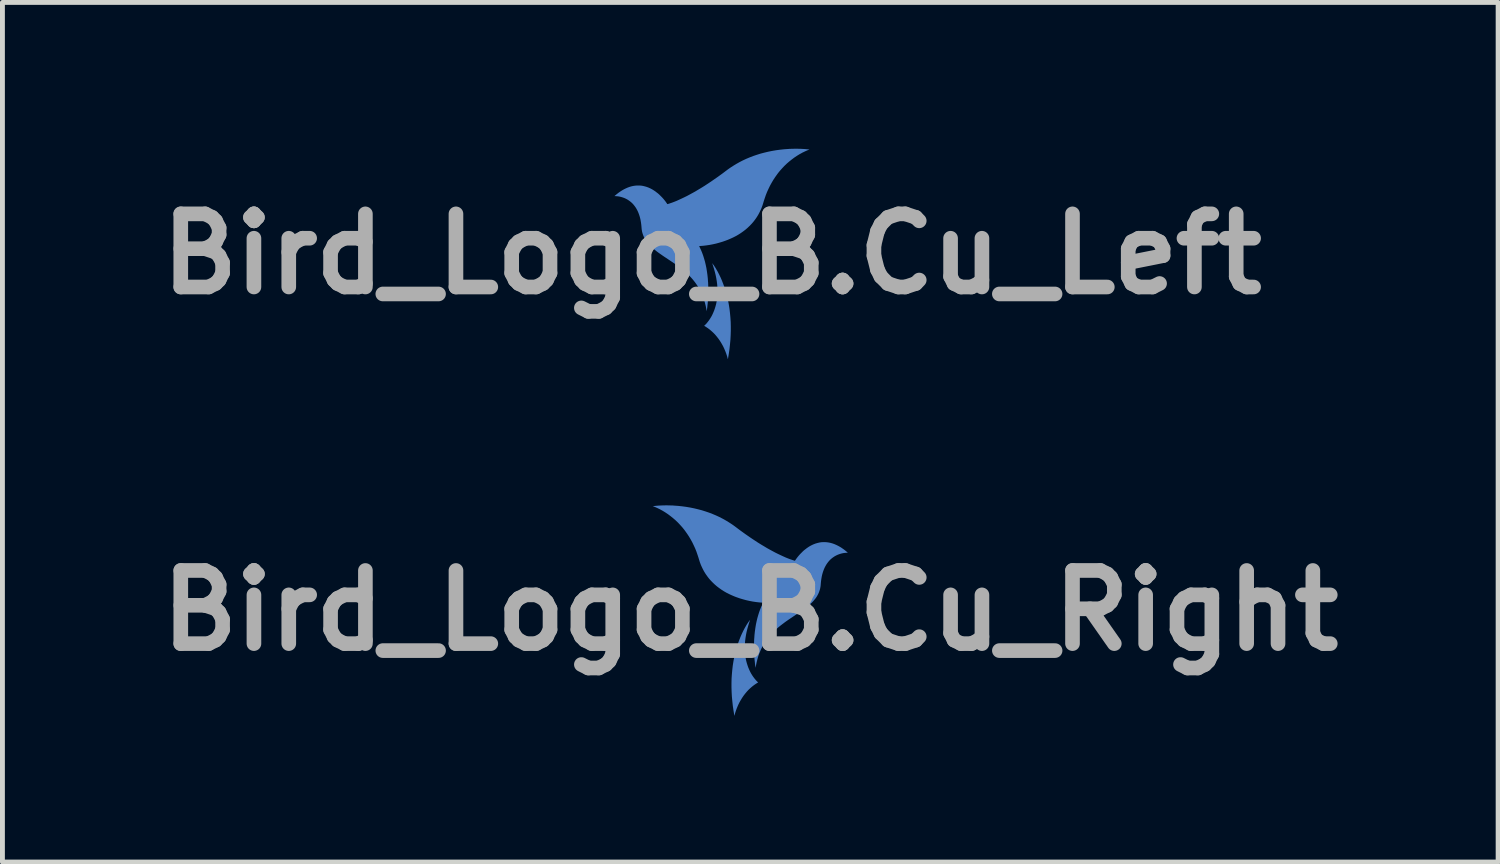
<source format=kicad_pcb>
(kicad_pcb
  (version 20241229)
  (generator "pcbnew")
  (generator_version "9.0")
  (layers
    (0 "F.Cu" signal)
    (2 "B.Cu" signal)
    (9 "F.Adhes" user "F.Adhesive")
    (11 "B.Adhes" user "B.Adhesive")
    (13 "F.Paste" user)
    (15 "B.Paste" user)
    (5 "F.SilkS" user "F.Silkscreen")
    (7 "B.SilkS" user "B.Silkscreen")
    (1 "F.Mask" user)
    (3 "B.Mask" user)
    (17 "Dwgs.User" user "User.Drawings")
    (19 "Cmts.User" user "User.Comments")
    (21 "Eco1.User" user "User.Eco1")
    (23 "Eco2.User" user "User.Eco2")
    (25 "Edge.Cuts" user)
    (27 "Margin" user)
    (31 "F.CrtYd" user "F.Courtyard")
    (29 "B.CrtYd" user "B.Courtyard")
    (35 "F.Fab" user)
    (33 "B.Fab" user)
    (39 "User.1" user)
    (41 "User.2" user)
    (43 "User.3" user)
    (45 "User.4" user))
  (footprint "Bird_Logo_B.Cu_Left"
    (layer "F.Cu")
    (at 11.55 2.157)
    (property "Reference" "Bird_Logo_B.Cu_Left" (at 0 0 0) (layer "F.Fab") (effects (font (size 1.5 1.5) (thickness 0.3))))
    (attr board_only exclude_from_pos_files exclude_from_bom)
    (fp_poly (pts (xy 0.005 0.192) (xy 0.006 0.195) (xy 0.008 0.201) (xy 0.011 0.209) (xy 0.014 0.218) (xy 0.017 0.229) (xy 0.02 0.237) (xy 0.041 0.304) (xy 0.059 0.369) (xy 0.075 0.433) (xy 0.088 0.497) (xy 0.098 0.559) (xy 0.106 0.621) (xy 0.111 0.681) (xy 0.114 0.741) (xy 0.113 0.799) (xy 0.11 0.857) (xy 0.105 0.913) (xy 0.097 0.969) (xy 0.086 1.023) (xy 0.073 1.073) (xy 0.059 1.118) (xy 0.044 1.162) (xy 0.026 1.205) (xy 0.007 1.247) (xy -0.014 1.287) (xy -0.037 1.325) (xy -0.061 1.361) (xy -0.087 1.395) (xy -0.113 1.427) (xy -0.141 1.456) (xy -0.151 1.465) (xy -0.161 1.474) (xy -0.147 1.482) (xy -0.138 1.487) (xy -0.128 1.494) (xy -0.117 1.501) (xy -0.106 1.508) (xy -0.095 1.516) (xy -0.084 1.523) (xy -0.076 1.529) (xy -0.036 1.56) (xy 0.002 1.593) (xy 0.039 1.628) (xy 0.074 1.666) (xy 0.107 1.706) (xy 0.139 1.748) (xy 0.169 1.792) (xy 0.197 1.838) (xy 0.224 1.886) (xy 0.248 1.935) (xy 0.27 1.987) (xy 0.276 2.001) (xy 0.283 2.02) (xy 0.291 2.041) (xy 0.298 2.062) (xy 0.305 2.083) (xy 0.311 2.102) (xy 0.316 2.121) (xy 0.32 2.137) (xy 0.321 2.141) (xy 0.322 2.147) (xy 0.324 2.152) (xy 0.325 2.156) (xy 0.325 2.157) (xy 0.326 2.156) (xy 0.327 2.153) (xy 0.328 2.149) (xy 0.329 2.145) (xy 0.345 2.048) (xy 0.359 1.952) (xy 0.369 1.857) (xy 0.378 1.763) (xy 0.383 1.67) (xy 0.386 1.578) (xy 0.386 1.487) (xy 0.384 1.396) (xy 0.378 1.307) (xy 0.37 1.219) (xy 0.36 1.132) (xy 0.354 1.092) (xy 0.342 1.019) (xy 0.327 0.948) (xy 0.311 0.877) (xy 0.293 0.807) (xy 0.273 0.738) (xy 0.251 0.671) (xy 0.227 0.606) (xy 0.202 0.542) (xy 0.175 0.48) (xy 0.146 0.42) (xy 0.116 0.362) (xy 0.084 0.307) (xy 0.083 0.304) (xy 0.077 0.294) (xy 0.07 0.283) (xy 0.062 0.271) (xy 0.055 0.26) (xy 0.05 0.253) (xy 0.045 0.245) (xy 0.039 0.236) (xy 0.033 0.228) (xy 0.027 0.22) (xy 0.021 0.212) (xy 0.016 0.205) (xy 0.012 0.199) (xy 0.008 0.194) (xy 0.006 0.191) (xy 0.005 0.19)) (stroke (width 0) (type solid)) (fill yes) (layer "B.Cu"))
    (fp_poly (pts (xy 1.661 -2.156) (xy 1.622 -2.155) (xy 1.584 -2.154) (xy 1.564 -2.152) (xy 1.479 -2.146) (xy 1.396 -2.137) (xy 1.314 -2.126) (xy 1.232 -2.112) (xy 1.153 -2.096) (xy 1.074 -2.077) (xy 0.997 -2.057) (xy 0.921 -2.033) (xy 0.847 -2.008) (xy 0.774 -1.98) (xy 0.703 -1.95) (xy 0.634 -1.918) (xy 0.566 -1.883) (xy 0.5 -1.846) (xy 0.436 -1.807) (xy 0.391 -1.778) (xy 0.382 -1.772) (xy 0.373 -1.766) (xy 0.364 -1.76) (xy 0.357 -1.755) (xy 0.349 -1.749) (xy 0.341 -1.744) (xy 0.332 -1.737) (xy 0.323 -1.731) (xy 0.313 -1.723) (xy 0.302 -1.715) (xy 0.289 -1.705) (xy 0.274 -1.694) (xy 0.265 -1.687) (xy 0.209 -1.645) (xy 0.155 -1.606) (xy 0.102 -1.568) (xy 0.05 -1.532) (xy -0.000326 -1.497) (xy -0.051 -1.463) (xy -0.101 -1.43) (xy -0.151 -1.397) (xy -0.201 -1.366) (xy -0.227 -1.35) (xy -0.286 -1.315) (xy -0.344 -1.28) (xy -0.402 -1.248) (xy -0.459 -1.217) (xy -0.515 -1.187) (xy -0.57 -1.16) (xy -0.625 -1.134) (xy -0.677 -1.11) (xy -0.728 -1.087) (xy -0.778 -1.067) (xy -0.826 -1.049) (xy -0.83 -1.048) (xy -0.842 -1.044) (xy -0.854 -1.04) (xy -0.865 -1.036) (xy -0.876 -1.032) (xy -0.887 -1.029) (xy -0.896 -1.026) (xy -0.904 -1.024) (xy -0.91 -1.022) (xy -0.914 -1.022) (xy -0.916 -1.022) (xy -0.917 -1.023) (xy -0.919 -1.026) (xy -0.922 -1.031) (xy -0.926 -1.037) (xy -0.928 -1.04) (xy -0.949 -1.07) (xy -0.972 -1.1) (xy -0.997 -1.13) (xy -1.024 -1.16) (xy -1.052 -1.188) (xy -1.08 -1.216) (xy -1.101 -1.235) (xy -1.12 -1.25) (xy -1.14 -1.265) (xy -1.16 -1.281) (xy -1.181 -1.295) (xy -1.202 -1.309) (xy -1.222 -1.321) (xy -1.227 -1.324) (xy -1.265 -1.344) (xy -1.303 -1.361) (xy -1.341 -1.375) (xy -1.38 -1.386) (xy -1.418 -1.395) (xy -1.457 -1.401) (xy -1.496 -1.403) (xy -1.535 -1.403) (xy -1.574 -1.4) (xy -1.614 -1.394) (xy -1.647 -1.387) (xy -1.686 -1.376) (xy -1.725 -1.362) (xy -1.764 -1.345) (xy -1.803 -1.326) (xy -1.842 -1.304) (xy -1.881 -1.279) (xy -1.921 -1.251) (xy -1.96 -1.22) (xy -1.979 -1.204) (xy -2 -1.186) (xy -1.977 -1.185) (xy -1.938 -1.182) (xy -1.901 -1.177) (xy -1.863 -1.168) (xy -1.827 -1.157) (xy -1.792 -1.144) (xy -1.758 -1.128) (xy -1.726 -1.11) (xy -1.695 -1.089) (xy -1.665 -1.066) (xy -1.637 -1.041) (xy -1.611 -1.013) (xy -1.587 -0.983) (xy -1.564 -0.951) (xy -1.544 -0.917) (xy -1.525 -0.881) (xy -1.508 -0.842) (xy -1.494 -0.804) (xy -1.484 -0.773) (xy -1.475 -0.741) (xy -1.467 -0.708) (xy -1.461 -0.674) (xy -1.455 -0.638) (xy -1.45 -0.601) (xy -1.446 -0.56) (xy -1.445 -0.546) (xy -1.443 -0.522) (xy -1.441 -0.5) (xy -1.437 -0.479) (xy -1.434 -0.459) (xy -1.429 -0.44) (xy -1.426 -0.428) (xy -1.416 -0.398) (xy -1.405 -0.368) (xy -1.392 -0.339) (xy -1.377 -0.311) (xy -1.36 -0.282) (xy -1.341 -0.254) (xy -1.319 -0.227) (xy -1.296 -0.199) (xy -1.27 -0.171) (xy -1.242 -0.144) (xy -1.211 -0.116) (xy -1.178 -0.088) (xy -1.142 -0.059) (xy -1.104 -0.03) (xy -1.088 -0.019) (xy -1.079 -0.012) (xy -1.068 -0.005) (xy -1.057 0.003) (xy -1.044 0.012) (xy -1.031 0.021) (xy -1.017 0.031) (xy -1.001 0.042) (xy -0.983 0.054) (xy -0.964 0.067) (xy -0.942 0.081) (xy -0.919 0.096) (xy -0.901 0.109) (xy -0.876 0.125) (xy -0.853 0.141) (xy -0.832 0.155) (xy -0.812 0.168) (xy -0.795 0.18) (xy -0.778 0.191) (xy -0.763 0.202) (xy -0.749 0.212) (xy -0.735 0.221) (xy -0.722 0.231) (xy -0.709 0.24) (xy -0.696 0.25) (xy -0.683 0.26) (xy -0.672 0.268) (xy -0.622 0.306) (xy -0.574 0.345) (xy -0.53 0.384) (xy -0.488 0.424) (xy -0.448 0.464) (xy -0.411 0.504) (xy -0.377 0.545) (xy -0.344 0.587) (xy -0.314 0.63) (xy -0.285 0.673) (xy -0.259 0.718) (xy -0.249 0.736) (xy -0.223 0.787) (xy -0.2 0.84) (xy -0.178 0.894) (xy -0.159 0.95) (xy -0.143 1.008) (xy -0.128 1.068) (xy -0.116 1.129) (xy -0.114 1.143) (xy -0.108 1.175) (xy -0.107 1.165) (xy -0.104 1.148) (xy -0.101 1.128) (xy -0.098 1.106) (xy -0.095 1.083) (xy -0.093 1.058) (xy -0.09 1.032) (xy -0.087 1.005) (xy -0.085 0.978) (xy -0.083 0.951) (xy -0.081 0.927) (xy -0.079 0.884) (xy -0.077 0.84) (xy -0.076 0.794) (xy -0.076 0.749) (xy -0.076 0.704) (xy -0.077 0.659) (xy -0.078 0.617) (xy -0.08 0.576) (xy -0.081 0.573) (xy -0.086 0.499) (xy -0.094 0.426) (xy -0.104 0.356) (xy -0.115 0.287) (xy -0.129 0.221) (xy -0.144 0.157) (xy -0.162 0.095) (xy -0.181 0.034) (xy -0.202 -0.024) (xy -0.225 -0.08) (xy -0.248 -0.128) (xy -0.252 -0.137) (xy -0.256 -0.145) (xy -0.259 -0.151) (xy -0.261 -0.156) (xy -0.263 -0.16) (xy -0.263 -0.161) (xy -0.262 -0.161) (xy -0.258 -0.161) (xy -0.253 -0.161) (xy -0.248 -0.162) (xy -0.181 -0.167) (xy -0.114 -0.175) (xy -0.047 -0.185) (xy 0.02 -0.198) (xy 0.087 -0.213) (xy 0.152 -0.231) (xy 0.216 -0.25) (xy 0.279 -0.272) (xy 0.319 -0.287) (xy 0.378 -0.312) (xy 0.435 -0.338) (xy 0.49 -0.366) (xy 0.542 -0.396) (xy 0.592 -0.428) (xy 0.64 -0.462) (xy 0.686 -0.497) (xy 0.729 -0.534) (xy 0.77 -0.573) (xy 0.809 -0.613) (xy 0.846 -0.655) (xy 0.88 -0.699) (xy 0.912 -0.744) (xy 0.913 -0.746) (xy 0.925 -0.764) (xy 0.935 -0.781) (xy 0.945 -0.797) (xy 0.954 -0.813) (xy 0.963 -0.83) (xy 0.973 -0.849) (xy 0.976 -0.855) (xy 0.987 -0.878) (xy 0.997 -0.899) (xy 1.007 -0.921) (xy 1.016 -0.942) (xy 1.024 -0.964) (xy 1.033 -0.987) (xy 1.041 -1.012) (xy 1.049 -1.038) (xy 1.058 -1.067) (xy 1.06 -1.075) (xy 1.082 -1.142) (xy 1.105 -1.209) (xy 1.131 -1.274) (xy 1.16 -1.337) (xy 1.19 -1.399) (xy 1.223 -1.459) (xy 1.258 -1.518) (xy 1.295 -1.574) (xy 1.334 -1.629) (xy 1.353 -1.655) (xy 1.395 -1.707) (xy 1.44 -1.757) (xy 1.485 -1.805) (xy 1.533 -1.851) (xy 1.583 -1.894) (xy 1.634 -1.935) (xy 1.686 -1.974) (xy 1.741 -2.011) (xy 1.796 -2.045) (xy 1.813 -2.054) (xy 1.835 -2.066) (xy 1.858 -2.079) (xy 1.882 -2.09) (xy 1.906 -2.102) (xy 1.929 -2.112) (xy 1.951 -2.122) (xy 1.972 -2.13) (xy 1.981 -2.133) (xy 1.988 -2.136) (xy 1.993 -2.138) (xy 1.997 -2.139) (xy 2 -2.14) (xy 2 -2.14) (xy 1.998 -2.141) (xy 1.994 -2.141) (xy 1.988 -2.142) (xy 1.98 -2.143) (xy 1.971 -2.144) (xy 1.961 -2.145) (xy 1.95 -2.146) (xy 1.94 -2.147) (xy 1.932 -2.148) (xy 1.897 -2.151) (xy 1.86 -2.153) (xy 1.822 -2.155) (xy 1.782 -2.156) (xy 1.741 -2.157) (xy 1.701 -2.157)) (stroke (width 0) (type solid)) (fill yes) (layer "B.Cu")))
  (footprint "Bird_Logo_B.Cu_Right"
    (layer "F.Cu")
    (at 12.336 9.47)
    (property "Reference" "Bird_Logo_B.Cu_Right" (at 0 0 0) (layer "F.Fab") (effects (font (size 1.5 1.5) (thickness 0.3))))
    (attr board_only exclude_from_pos_files exclude_from_bom)
    (fp_poly (pts (xy -0.005 0.192) (xy -0.006 0.195) (xy -0.008 0.201) (xy -0.011 0.209) (xy -0.014 0.218) (xy -0.017 0.229) (xy -0.02 0.237) (xy -0.041 0.304) (xy -0.059 0.369) (xy -0.075 0.433) (xy -0.088 0.497) (xy -0.098 0.559) (xy -0.106 0.621) (xy -0.111 0.681) (xy -0.114 0.741) (xy -0.113 0.799) (xy -0.11 0.857) (xy -0.105 0.913) (xy -0.097 0.969) (xy -0.086 1.023) (xy -0.073 1.073) (xy -0.059 1.118) (xy -0.044 1.162) (xy -0.026 1.205) (xy -0.007 1.247) (xy 0.014 1.287) (xy 0.037 1.325) (xy 0.061 1.361) (xy 0.087 1.395) (xy 0.113 1.427) (xy 0.141 1.456) (xy 0.151 1.465) (xy 0.161 1.474) (xy 0.147 1.482) (xy 0.138 1.487) (xy 0.128 1.494) (xy 0.117 1.501) (xy 0.106 1.508) (xy 0.095 1.516) (xy 0.084 1.523) (xy 0.076 1.529) (xy 0.036 1.56) (xy -0.002 1.593) (xy -0.039 1.628) (xy -0.074 1.666) (xy -0.107 1.706) (xy -0.139 1.748) (xy -0.169 1.792) (xy -0.197 1.838) (xy -0.224 1.886) (xy -0.248 1.935) (xy -0.27 1.987) (xy -0.276 2.001) (xy -0.283 2.02) (xy -0.291 2.041) (xy -0.298 2.062) (xy -0.305 2.083) (xy -0.311 2.102) (xy -0.316 2.121) (xy -0.32 2.137) (xy -0.321 2.141) (xy -0.322 2.147) (xy -0.324 2.152) (xy -0.325 2.156) (xy -0.325 2.157) (xy -0.326 2.156) (xy -0.327 2.153) (xy -0.328 2.149) (xy -0.329 2.145) (xy -0.345 2.048) (xy -0.359 1.952) (xy -0.369 1.857) (xy -0.378 1.763) (xy -0.383 1.67) (xy -0.386 1.578) (xy -0.386 1.487) (xy -0.384 1.396) (xy -0.378 1.307) (xy -0.37 1.219) (xy -0.36 1.132) (xy -0.354 1.092) (xy -0.342 1.019) (xy -0.327 0.948) (xy -0.311 0.877) (xy -0.293 0.807) (xy -0.273 0.738) (xy -0.251 0.671) (xy -0.227 0.606) (xy -0.202 0.542) (xy -0.175 0.48) (xy -0.146 0.42) (xy -0.116 0.362) (xy -0.084 0.307) (xy -0.083 0.304) (xy -0.077 0.294) (xy -0.07 0.283) (xy -0.062 0.271) (xy -0.055 0.26) (xy -0.05 0.253) (xy -0.045 0.245) (xy -0.039 0.236) (xy -0.033 0.228) (xy -0.027 0.22) (xy -0.021 0.212) (xy -0.016 0.205) (xy -0.012 0.199) (xy -0.008 0.194) (xy -0.006 0.191) (xy -0.005 0.19)) (stroke (width 0) (type solid)) (fill yes) (layer "B.Cu"))
    (fp_poly (pts (xy -1.661 -2.156) (xy -1.622 -2.155) (xy -1.584 -2.154) (xy -1.564 -2.152) (xy -1.479 -2.146) (xy -1.396 -2.137) (xy -1.314 -2.126) (xy -1.232 -2.112) (xy -1.153 -2.096) (xy -1.074 -2.077) (xy -0.997 -2.057) (xy -0.921 -2.033) (xy -0.847 -2.008) (xy -0.774 -1.98) (xy -0.703 -1.95) (xy -0.634 -1.918) (xy -0.566 -1.883) (xy -0.5 -1.846) (xy -0.436 -1.807) (xy -0.391 -1.778) (xy -0.382 -1.772) (xy -0.373 -1.766) (xy -0.364 -1.76) (xy -0.357 -1.755) (xy -0.349 -1.749) (xy -0.341 -1.744) (xy -0.332 -1.737) (xy -0.323 -1.731) (xy -0.313 -1.723) (xy -0.302 -1.715) (xy -0.289 -1.705) (xy -0.274 -1.694) (xy -0.265 -1.687) (xy -0.209 -1.645) (xy -0.155 -1.606) (xy -0.102 -1.568) (xy -0.05 -1.532) (xy 0.000326 -1.497) (xy 0.051 -1.463) (xy 0.101 -1.43) (xy 0.151 -1.397) (xy 0.201 -1.366) (xy 0.227 -1.35) (xy 0.286 -1.315) (xy 0.344 -1.28) (xy 0.402 -1.248) (xy 0.459 -1.217) (xy 0.515 -1.187) (xy 0.57 -1.16) (xy 0.625 -1.134) (xy 0.677 -1.11) (xy 0.728 -1.087) (xy 0.778 -1.067) (xy 0.826 -1.049) (xy 0.83 -1.048) (xy 0.842 -1.044) (xy 0.854 -1.04) (xy 0.865 -1.036) (xy 0.876 -1.032) (xy 0.887 -1.029) (xy 0.896 -1.026) (xy 0.904 -1.024) (xy 0.91 -1.022) (xy 0.914 -1.022) (xy 0.916 -1.022) (xy 0.917 -1.023) (xy 0.919 -1.026) (xy 0.922 -1.031) (xy 0.926 -1.037) (xy 0.928 -1.04) (xy 0.949 -1.07) (xy 0.972 -1.1) (xy 0.997 -1.13) (xy 1.024 -1.16) (xy 1.052 -1.188) (xy 1.08 -1.216) (xy 1.101 -1.235) (xy 1.12 -1.25) (xy 1.14 -1.265) (xy 1.16 -1.281) (xy 1.181 -1.295) (xy 1.202 -1.309) (xy 1.222 -1.321) (xy 1.227 -1.324) (xy 1.265 -1.344) (xy 1.303 -1.361) (xy 1.341 -1.375) (xy 1.38 -1.386) (xy 1.418 -1.395) (xy 1.457 -1.401) (xy 1.496 -1.403) (xy 1.535 -1.403) (xy 1.574 -1.4) (xy 1.614 -1.394) (xy 1.647 -1.387) (xy 1.686 -1.376) (xy 1.725 -1.362) (xy 1.764 -1.345) (xy 1.803 -1.326) (xy 1.842 -1.304) (xy 1.881 -1.279) (xy 1.921 -1.251) (xy 1.96 -1.22) (xy 1.979 -1.204) (xy 2 -1.186) (xy 1.977 -1.185) (xy 1.938 -1.182) (xy 1.901 -1.177) (xy 1.863 -1.168) (xy 1.827 -1.157) (xy 1.792 -1.144) (xy 1.758 -1.128) (xy 1.726 -1.11) (xy 1.695 -1.089) (xy 1.665 -1.066) (xy 1.637 -1.041) (xy 1.611 -1.013) (xy 1.587 -0.983) (xy 1.564 -0.951) (xy 1.544 -0.917) (xy 1.525 -0.881) (xy 1.508 -0.842) (xy 1.494 -0.804) (xy 1.484 -0.773) (xy 1.475 -0.741) (xy 1.467 -0.708) (xy 1.461 -0.674) (xy 1.455 -0.638) (xy 1.45 -0.601) (xy 1.446 -0.56) (xy 1.445 -0.546) (xy 1.443 -0.522) (xy 1.441 -0.5) (xy 1.437 -0.479) (xy 1.434 -0.459) (xy 1.429 -0.44) (xy 1.426 -0.428) (xy 1.416 -0.398) (xy 1.405 -0.368) (xy 1.392 -0.339) (xy 1.377 -0.311) (xy 1.36 -0.282) (xy 1.341 -0.254) (xy 1.319 -0.227) (xy 1.296 -0.199) (xy 1.27 -0.171) (xy 1.242 -0.144) (xy 1.211 -0.116) (xy 1.178 -0.088) (xy 1.142 -0.059) (xy 1.104 -0.03) (xy 1.088 -0.019) (xy 1.079 -0.012) (xy 1.068 -0.005) (xy 1.057 0.003) (xy 1.044 0.012) (xy 1.031 0.021) (xy 1.017 0.031) (xy 1.001 0.042) (xy 0.983 0.054) (xy 0.964 0.067) (xy 0.942 0.081) (xy 0.919 0.096) (xy 0.901 0.109) (xy 0.876 0.125) (xy 0.853 0.141) (xy 0.832 0.155) (xy 0.812 0.168) (xy 0.795 0.18) (xy 0.778 0.191) (xy 0.763 0.202) (xy 0.749 0.212) (xy 0.735 0.221) (xy 0.722 0.231) (xy 0.709 0.24) (xy 0.696 0.25) (xy 0.683 0.26) (xy 0.672 0.268) (xy 0.622 0.306) (xy 0.574 0.345) (xy 0.53 0.384) (xy 0.488 0.424) (xy 0.448 0.464) (xy 0.411 0.504) (xy 0.377 0.545) (xy 0.344 0.587) (xy 0.314 0.63) (xy 0.285 0.673) (xy 0.259 0.718) (xy 0.249 0.736) (xy 0.223 0.787) (xy 0.2 0.84) (xy 0.178 0.894) (xy 0.159 0.95) (xy 0.143 1.008) (xy 0.128 1.068) (xy 0.116 1.129) (xy 0.114 1.143) (xy 0.108 1.175) (xy 0.107 1.165) (xy 0.104 1.148) (xy 0.101 1.128) (xy 0.098 1.106) (xy 0.095 1.083) (xy 0.093 1.058) (xy 0.09 1.032) (xy 0.087 1.005) (xy 0.085 0.978) (xy 0.083 0.951) (xy 0.081 0.927) (xy 0.079 0.884) (xy 0.077 0.84) (xy 0.076 0.794) (xy 0.076 0.749) (xy 0.076 0.704) (xy 0.077 0.659) (xy 0.078 0.617) (xy 0.08 0.576) (xy 0.081 0.573) (xy 0.086 0.499) (xy 0.094 0.426) (xy 0.104 0.356) (xy 0.115 0.287) (xy 0.129 0.221) (xy 0.144 0.157) (xy 0.162 0.095) (xy 0.181 0.034) (xy 0.202 -0.024) (xy 0.225 -0.08) (xy 0.248 -0.128) (xy 0.252 -0.137) (xy 0.256 -0.145) (xy 0.259 -0.151) (xy 0.261 -0.156) (xy 0.263 -0.16) (xy 0.263 -0.161) (xy 0.262 -0.161) (xy 0.258 -0.161) (xy 0.253 -0.161) (xy 0.248 -0.162) (xy 0.181 -0.167) (xy 0.114 -0.175) (xy 0.047 -0.185) (xy -0.02 -0.198) (xy -0.087 -0.213) (xy -0.152 -0.231) (xy -0.216 -0.25) (xy -0.279 -0.272) (xy -0.319 -0.287) (xy -0.378 -0.312) (xy -0.435 -0.338) (xy -0.49 -0.366) (xy -0.542 -0.396) (xy -0.592 -0.428) (xy -0.64 -0.462) (xy -0.686 -0.497) (xy -0.729 -0.534) (xy -0.77 -0.573) (xy -0.809 -0.613) (xy -0.846 -0.655) (xy -0.88 -0.699) (xy -0.912 -0.744) (xy -0.913 -0.746) (xy -0.925 -0.764) (xy -0.935 -0.781) (xy -0.945 -0.797) (xy -0.954 -0.813) (xy -0.963 -0.83) (xy -0.973 -0.849) (xy -0.976 -0.855) (xy -0.987 -0.878) (xy -0.997 -0.899) (xy -1.007 -0.921) (xy -1.016 -0.942) (xy -1.024 -0.964) (xy -1.033 -0.987) (xy -1.041 -1.012) (xy -1.049 -1.038) (xy -1.058 -1.067) (xy -1.06 -1.075) (xy -1.082 -1.142) (xy -1.105 -1.209) (xy -1.131 -1.274) (xy -1.16 -1.337) (xy -1.19 -1.399) (xy -1.223 -1.459) (xy -1.258 -1.518) (xy -1.295 -1.574) (xy -1.334 -1.629) (xy -1.353 -1.655) (xy -1.395 -1.707) (xy -1.44 -1.757) (xy -1.485 -1.805) (xy -1.533 -1.851) (xy -1.583 -1.894) (xy -1.634 -1.935) (xy -1.686 -1.974) (xy -1.741 -2.011) (xy -1.796 -2.045) (xy -1.813 -2.054) (xy -1.835 -2.066) (xy -1.858 -2.079) (xy -1.882 -2.09) (xy -1.906 -2.102) (xy -1.929 -2.112) (xy -1.951 -2.122) (xy -1.972 -2.13) (xy -1.981 -2.133) (xy -1.988 -2.136) (xy -1.993 -2.138) (xy -1.997 -2.139) (xy -2 -2.14) (xy -2 -2.14) (xy -1.998 -2.141) (xy -1.994 -2.141) (xy -1.988 -2.142) (xy -1.98 -2.143) (xy -1.971 -2.144) (xy -1.961 -2.145) (xy -1.95 -2.146) (xy -1.94 -2.147) (xy -1.932 -2.148) (xy -1.897 -2.151) (xy -1.86 -2.153) (xy -1.822 -2.155) (xy -1.782 -2.156) (xy -1.741 -2.157) (xy -1.701 -2.157)) (stroke (width 0) (type solid)) (fill yes) (layer "B.Cu")))
  (gr_rect
    (start -3 -3)
    (end 27.671 14.627)
    (stroke (width 0.1) (type default))
    (fill no)
    (layer "Edge.Cuts")))
</source>
